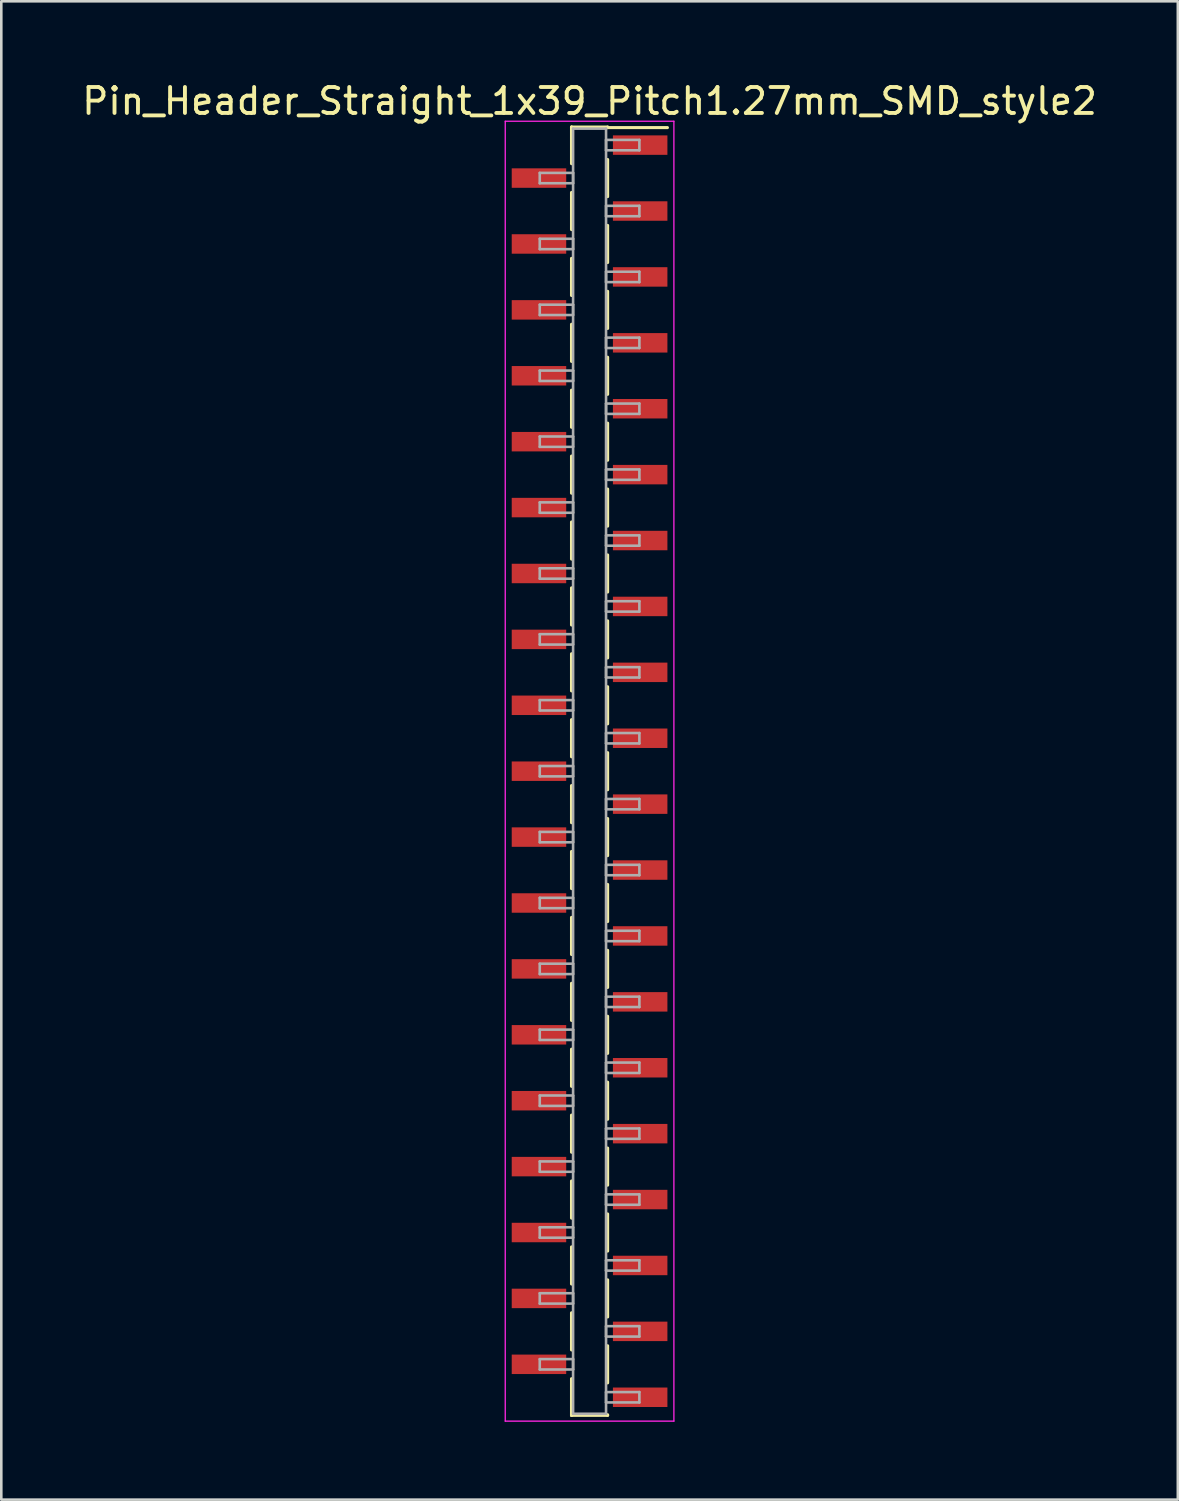
<source format=kicad_pcb>
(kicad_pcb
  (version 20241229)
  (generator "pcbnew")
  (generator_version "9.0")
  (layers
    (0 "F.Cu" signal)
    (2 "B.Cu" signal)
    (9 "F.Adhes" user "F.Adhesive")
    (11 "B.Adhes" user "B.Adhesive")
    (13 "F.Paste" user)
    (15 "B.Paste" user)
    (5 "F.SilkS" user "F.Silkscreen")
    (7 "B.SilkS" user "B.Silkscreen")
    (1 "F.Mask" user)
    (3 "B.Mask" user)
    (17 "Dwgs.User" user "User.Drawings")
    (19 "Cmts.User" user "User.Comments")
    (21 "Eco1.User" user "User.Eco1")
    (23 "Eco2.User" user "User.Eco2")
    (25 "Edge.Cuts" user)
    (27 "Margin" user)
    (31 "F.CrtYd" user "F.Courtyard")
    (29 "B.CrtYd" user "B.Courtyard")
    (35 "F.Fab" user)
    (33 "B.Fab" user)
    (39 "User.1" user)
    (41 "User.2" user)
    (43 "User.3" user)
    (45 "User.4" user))
  (footprint "Pin_Header_Straight_1x39_Pitch1.27mm_SMD_style2"
    (layer "F.Cu")
    (at 19.673 26.673)
    (property "Reference" "Pin_Header_Straight_1x39_Pitch1.27mm_SMD_style2" (at 0 -25.825 0) (layer "F.SilkS") (effects (font (size 1 1) (thickness 0.15))))
    (attr smd)
    (fp_line (start -0.695 -24.825) (end -0.695 -23.415) (stroke (width 0.12) (type solid)) (layer "F.SilkS"))
    (fp_line (start -0.695 -24.825) (end 0.695 -24.825) (stroke (width 0.12) (type solid)) (layer "F.SilkS"))
    (fp_line (start -0.695 -24.805) (end -0.695 -24.825) (stroke (width 0.12) (type solid)) (layer "F.SilkS"))
    (fp_line (start -0.695 -22.305) (end -0.695 -20.875) (stroke (width 0.12) (type solid)) (layer "F.SilkS"))
    (fp_line (start -0.695 -19.765) (end -0.695 -18.335) (stroke (width 0.12) (type solid)) (layer "F.SilkS"))
    (fp_line (start -0.695 -17.225) (end -0.695 -15.795) (stroke (width 0.12) (type solid)) (layer "F.SilkS"))
    (fp_line (start -0.695 -14.685) (end -0.695 -13.255) (stroke (width 0.12) (type solid)) (layer "F.SilkS"))
    (fp_line (start -0.695 -12.145) (end -0.695 -10.715) (stroke (width 0.12) (type solid)) (layer "F.SilkS"))
    (fp_line (start -0.695 -9.605) (end -0.695 -8.175) (stroke (width 0.12) (type solid)) (layer "F.SilkS"))
    (fp_line (start -0.695 -7.065) (end -0.695 -5.635) (stroke (width 0.12) (type solid)) (layer "F.SilkS"))
    (fp_line (start -0.695 -4.525) (end -0.695 -3.095) (stroke (width 0.12) (type solid)) (layer "F.SilkS"))
    (fp_line (start -0.695 -1.985) (end -0.695 -0.555) (stroke (width 0.12) (type solid)) (layer "F.SilkS"))
    (fp_line (start -0.695 0.555) (end -0.695 1.985) (stroke (width 0.12) (type solid)) (layer "F.SilkS"))
    (fp_line (start -0.695 3.095) (end -0.695 4.525) (stroke (width 0.12) (type solid)) (layer "F.SilkS"))
    (fp_line (start -0.695 5.635) (end -0.695 7.065) (stroke (width 0.12) (type solid)) (layer "F.SilkS"))
    (fp_line (start -0.695 8.175) (end -0.695 9.605) (stroke (width 0.12) (type solid)) (layer "F.SilkS"))
    (fp_line (start -0.695 10.715) (end -0.695 12.145) (stroke (width 0.12) (type solid)) (layer "F.SilkS"))
    (fp_line (start -0.695 13.255) (end -0.695 14.685) (stroke (width 0.12) (type solid)) (layer "F.SilkS"))
    (fp_line (start -0.695 15.795) (end -0.695 17.225) (stroke (width 0.12) (type solid)) (layer "F.SilkS"))
    (fp_line (start -0.695 18.335) (end -0.695 19.765) (stroke (width 0.12) (type solid)) (layer "F.SilkS"))
    (fp_line (start -0.695 20.875) (end -0.695 22.305) (stroke (width 0.12) (type solid)) (layer "F.SilkS"))
    (fp_line (start -0.695 23.415) (end -0.695 24.825) (stroke (width 0.12) (type solid)) (layer "F.SilkS"))
    (fp_line (start -0.695 24.805) (end -0.695 24.825) (stroke (width 0.12) (type solid)) (layer "F.SilkS"))
    (fp_line (start -0.695 24.825) (end 0.695 24.825) (stroke (width 0.12) (type solid)) (layer "F.SilkS"))
    (fp_line (start 0.695 -24.825) (end 0.695 -24.805) (stroke (width 0.12) (type solid)) (layer "F.SilkS"))
    (fp_line (start 0.695 -24.805) (end 3 -24.805) (stroke (width 0.12) (type solid)) (layer "F.SilkS"))
    (fp_line (start 0.695 -23.575) (end 0.695 -22.145) (stroke (width 0.12) (type solid)) (layer "F.SilkS"))
    (fp_line (start 0.695 -21.035) (end 0.695 -19.605) (stroke (width 0.12) (type solid)) (layer "F.SilkS"))
    (fp_line (start 0.695 -18.495) (end 0.695 -17.065) (stroke (width 0.12) (type solid)) (layer "F.SilkS"))
    (fp_line (start 0.695 -15.955) (end 0.695 -14.525) (stroke (width 0.12) (type solid)) (layer "F.SilkS"))
    (fp_line (start 0.695 -13.415) (end 0.695 -11.985) (stroke (width 0.12) (type solid)) (layer "F.SilkS"))
    (fp_line (start 0.695 -10.875) (end 0.695 -9.445) (stroke (width 0.12) (type solid)) (layer "F.SilkS"))
    (fp_line (start 0.695 -8.335) (end 0.695 -6.905) (stroke (width 0.12) (type solid)) (layer "F.SilkS"))
    (fp_line (start 0.695 -5.795) (end 0.695 -4.365) (stroke (width 0.12) (type solid)) (layer "F.SilkS"))
    (fp_line (start 0.695 -3.255) (end 0.695 -1.825) (stroke (width 0.12) (type solid)) (layer "F.SilkS"))
    (fp_line (start 0.695 -0.715) (end 0.695 0.715) (stroke (width 0.12) (type solid)) (layer "F.SilkS"))
    (fp_line (start 0.695 1.825) (end 0.695 3.255) (stroke (width 0.12) (type solid)) (layer "F.SilkS"))
    (fp_line (start 0.695 4.365) (end 0.695 5.795) (stroke (width 0.12) (type solid)) (layer "F.SilkS"))
    (fp_line (start 0.695 6.905) (end 0.695 8.335) (stroke (width 0.12) (type solid)) (layer "F.SilkS"))
    (fp_line (start 0.695 9.445) (end 0.695 10.875) (stroke (width 0.12) (type solid)) (layer "F.SilkS"))
    (fp_line (start 0.695 11.985) (end 0.695 13.415) (stroke (width 0.12) (type solid)) (layer "F.SilkS"))
    (fp_line (start 0.695 14.525) (end 0.695 15.955) (stroke (width 0.12) (type solid)) (layer "F.SilkS"))
    (fp_line (start 0.695 17.065) (end 0.695 18.495) (stroke (width 0.12) (type solid)) (layer "F.SilkS"))
    (fp_line (start 0.695 19.605) (end 0.695 21.035) (stroke (width 0.12) (type solid)) (layer "F.SilkS"))
    (fp_line (start 0.695 22.145) (end 0.695 23.575) (stroke (width 0.12) (type solid)) (layer "F.SilkS"))
    (fp_line (start 0.695 24.825) (end 0.695 24.805) (stroke (width 0.12) (type solid)) (layer "F.SilkS"))
    (fp_line (start -3.25 -25.05) (end -3.25 25.05) (stroke (width 0.05) (type solid)) (layer "F.CrtYd"))
    (fp_line (start -3.25 25.05) (end 3.25 25.05) (stroke (width 0.05) (type solid)) (layer "F.CrtYd"))
    (fp_line (start 3.25 -25.05) (end -3.25 -25.05) (stroke (width 0.05) (type solid)) (layer "F.CrtYd"))
    (fp_line (start 3.25 25.05) (end 3.25 -25.05) (stroke (width 0.05) (type solid)) (layer "F.CrtYd"))
    (fp_line (start -1.92 -23.06) (end -0.635 -23.06) (stroke (width 0.1) (type solid)) (layer "F.Fab"))
    (fp_line (start -1.92 -22.66) (end -1.92 -23.06) (stroke (width 0.1) (type solid)) (layer "F.Fab"))
    (fp_line (start -1.92 -20.52) (end -0.635 -20.52) (stroke (width 0.1) (type solid)) (layer "F.Fab"))
    (fp_line (start -1.92 -20.12) (end -1.92 -20.52) (stroke (width 0.1) (type solid)) (layer "F.Fab"))
    (fp_line (start -1.92 -17.98) (end -0.635 -17.98) (stroke (width 0.1) (type solid)) (layer "F.Fab"))
    (fp_line (start -1.92 -17.58) (end -1.92 -17.98) (stroke (width 0.1) (type solid)) (layer "F.Fab"))
    (fp_line (start -1.92 -15.44) (end -0.635 -15.44) (stroke (width 0.1) (type solid)) (layer "F.Fab"))
    (fp_line (start -1.92 -15.04) (end -1.92 -15.44) (stroke (width 0.1) (type solid)) (layer "F.Fab"))
    (fp_line (start -1.92 -12.9) (end -0.635 -12.9) (stroke (width 0.1) (type solid)) (layer "F.Fab"))
    (fp_line (start -1.92 -12.5) (end -1.92 -12.9) (stroke (width 0.1) (type solid)) (layer "F.Fab"))
    (fp_line (start -1.92 -10.36) (end -0.635 -10.36) (stroke (width 0.1) (type solid)) (layer "F.Fab"))
    (fp_line (start -1.92 -9.96) (end -1.92 -10.36) (stroke (width 0.1) (type solid)) (layer "F.Fab"))
    (fp_line (start -1.92 -7.82) (end -0.635 -7.82) (stroke (width 0.1) (type solid)) (layer "F.Fab"))
    (fp_line (start -1.92 -7.42) (end -1.92 -7.82) (stroke (width 0.1) (type solid)) (layer "F.Fab"))
    (fp_line (start -1.92 -5.28) (end -0.635 -5.28) (stroke (width 0.1) (type solid)) (layer "F.Fab"))
    (fp_line (start -1.92 -4.88) (end -1.92 -5.28) (stroke (width 0.1) (type solid)) (layer "F.Fab"))
    (fp_line (start -1.92 -2.74) (end -0.635 -2.74) (stroke (width 0.1) (type solid)) (layer "F.Fab"))
    (fp_line (start -1.92 -2.34) (end -1.92 -2.74) (stroke (width 0.1) (type solid)) (layer "F.Fab"))
    (fp_line (start -1.92 -0.2) (end -0.635 -0.2) (stroke (width 0.1) (type solid)) (layer "F.Fab"))
    (fp_line (start -1.92 0.2) (end -1.92 -0.2) (stroke (width 0.1) (type solid)) (layer "F.Fab"))
    (fp_line (start -1.92 2.34) (end -0.635 2.34) (stroke (width 0.1) (type solid)) (layer "F.Fab"))
    (fp_line (start -1.92 2.74) (end -1.92 2.34) (stroke (width 0.1) (type solid)) (layer "F.Fab"))
    (fp_line (start -1.92 4.88) (end -0.635 4.88) (stroke (width 0.1) (type solid)) (layer "F.Fab"))
    (fp_line (start -1.92 5.28) (end -1.92 4.88) (stroke (width 0.1) (type solid)) (layer "F.Fab"))
    (fp_line (start -1.92 7.42) (end -0.635 7.42) (stroke (width 0.1) (type solid)) (layer "F.Fab"))
    (fp_line (start -1.92 7.82) (end -1.92 7.42) (stroke (width 0.1) (type solid)) (layer "F.Fab"))
    (fp_line (start -1.92 9.96) (end -0.635 9.96) (stroke (width 0.1) (type solid)) (layer "F.Fab"))
    (fp_line (start -1.92 10.36) (end -1.92 9.96) (stroke (width 0.1) (type solid)) (layer "F.Fab"))
    (fp_line (start -1.92 12.5) (end -0.635 12.5) (stroke (width 0.1) (type solid)) (layer "F.Fab"))
    (fp_line (start -1.92 12.9) (end -1.92 12.5) (stroke (width 0.1) (type solid)) (layer "F.Fab"))
    (fp_line (start -1.92 15.04) (end -0.635 15.04) (stroke (width 0.1) (type solid)) (layer "F.Fab"))
    (fp_line (start -1.92 15.44) (end -1.92 15.04) (stroke (width 0.1) (type solid)) (layer "F.Fab"))
    (fp_line (start -1.92 17.58) (end -0.635 17.58) (stroke (width 0.1) (type solid)) (layer "F.Fab"))
    (fp_line (start -1.92 17.98) (end -1.92 17.58) (stroke (width 0.1) (type solid)) (layer "F.Fab"))
    (fp_line (start -1.92 20.12) (end -0.635 20.12) (stroke (width 0.1) (type solid)) (layer "F.Fab"))
    (fp_line (start -1.92 20.52) (end -1.92 20.12) (stroke (width 0.1) (type solid)) (layer "F.Fab"))
    (fp_line (start -1.92 22.66) (end -0.635 22.66) (stroke (width 0.1) (type solid)) (layer "F.Fab"))
    (fp_line (start -1.92 23.06) (end -1.92 22.66) (stroke (width 0.1) (type solid)) (layer "F.Fab"))
    (fp_line (start -0.635 -24.765) (end -0.635 24.765) (stroke (width 0.1) (type solid)) (layer "F.Fab"))
    (fp_line (start -0.635 -23.06) (end -0.635 -22.66) (stroke (width 0.1) (type solid)) (layer "F.Fab"))
    (fp_line (start -0.635 -22.66) (end -1.92 -22.66) (stroke (width 0.1) (type solid)) (layer "F.Fab"))
    (fp_line (start -0.635 -20.52) (end -0.635 -20.12) (stroke (width 0.1) (type solid)) (layer "F.Fab"))
    (fp_line (start -0.635 -20.12) (end -1.92 -20.12) (stroke (width 0.1) (type solid)) (layer "F.Fab"))
    (fp_line (start -0.635 -17.98) (end -0.635 -17.58) (stroke (width 0.1) (type solid)) (layer "F.Fab"))
    (fp_line (start -0.635 -17.58) (end -1.92 -17.58) (stroke (width 0.1) (type solid)) (layer "F.Fab"))
    (fp_line (start -0.635 -15.44) (end -0.635 -15.04) (stroke (width 0.1) (type solid)) (layer "F.Fab"))
    (fp_line (start -0.635 -15.04) (end -1.92 -15.04) (stroke (width 0.1) (type solid)) (layer "F.Fab"))
    (fp_line (start -0.635 -12.9) (end -0.635 -12.5) (stroke (width 0.1) (type solid)) (layer "F.Fab"))
    (fp_line (start -0.635 -12.5) (end -1.92 -12.5) (stroke (width 0.1) (type solid)) (layer "F.Fab"))
    (fp_line (start -0.635 -10.36) (end -0.635 -9.96) (stroke (width 0.1) (type solid)) (layer "F.Fab"))
    (fp_line (start -0.635 -9.96) (end -1.92 -9.96) (stroke (width 0.1) (type solid)) (layer "F.Fab"))
    (fp_line (start -0.635 -7.82) (end -0.635 -7.42) (stroke (width 0.1) (type solid)) (layer "F.Fab"))
    (fp_line (start -0.635 -7.42) (end -1.92 -7.42) (stroke (width 0.1) (type solid)) (layer "F.Fab"))
    (fp_line (start -0.635 -5.28) (end -0.635 -4.88) (stroke (width 0.1) (type solid)) (layer "F.Fab"))
    (fp_line (start -0.635 -4.88) (end -1.92 -4.88) (stroke (width 0.1) (type solid)) (layer "F.Fab"))
    (fp_line (start -0.635 -2.74) (end -0.635 -2.34) (stroke (width 0.1) (type solid)) (layer "F.Fab"))
    (fp_line (start -0.635 -2.34) (end -1.92 -2.34) (stroke (width 0.1) (type solid)) (layer "F.Fab"))
    (fp_line (start -0.635 -0.2) (end -0.635 0.2) (stroke (width 0.1) (type solid)) (layer "F.Fab"))
    (fp_line (start -0.635 0.2) (end -1.92 0.2) (stroke (width 0.1) (type solid)) (layer "F.Fab"))
    (fp_line (start -0.635 2.34) (end -0.635 2.74) (stroke (width 0.1) (type solid)) (layer "F.Fab"))
    (fp_line (start -0.635 2.74) (end -1.92 2.74) (stroke (width 0.1) (type solid)) (layer "F.Fab"))
    (fp_line (start -0.635 4.88) (end -0.635 5.28) (stroke (width 0.1) (type solid)) (layer "F.Fab"))
    (fp_line (start -0.635 5.28) (end -1.92 5.28) (stroke (width 0.1) (type solid)) (layer "F.Fab"))
    (fp_line (start -0.635 7.42) (end -0.635 7.82) (stroke (width 0.1) (type solid)) (layer "F.Fab"))
    (fp_line (start -0.635 7.82) (end -1.92 7.82) (stroke (width 0.1) (type solid)) (layer "F.Fab"))
    (fp_line (start -0.635 9.96) (end -0.635 10.36) (stroke (width 0.1) (type solid)) (layer "F.Fab"))
    (fp_line (start -0.635 10.36) (end -1.92 10.36) (stroke (width 0.1) (type solid)) (layer "F.Fab"))
    (fp_line (start -0.635 12.5) (end -0.635 12.9) (stroke (width 0.1) (type solid)) (layer "F.Fab"))
    (fp_line (start -0.635 12.9) (end -1.92 12.9) (stroke (width 0.1) (type solid)) (layer "F.Fab"))
    (fp_line (start -0.635 15.04) (end -0.635 15.44) (stroke (width 0.1) (type solid)) (layer "F.Fab"))
    (fp_line (start -0.635 15.44) (end -1.92 15.44) (stroke (width 0.1) (type solid)) (layer "F.Fab"))
    (fp_line (start -0.635 17.58) (end -0.635 17.98) (stroke (width 0.1) (type solid)) (layer "F.Fab"))
    (fp_line (start -0.635 17.98) (end -1.92 17.98) (stroke (width 0.1) (type solid)) (layer "F.Fab"))
    (fp_line (start -0.635 20.12) (end -0.635 20.52) (stroke (width 0.1) (type solid)) (layer "F.Fab"))
    (fp_line (start -0.635 20.52) (end -1.92 20.52) (stroke (width 0.1) (type solid)) (layer "F.Fab"))
    (fp_line (start -0.635 22.66) (end -0.635 23.06) (stroke (width 0.1) (type solid)) (layer "F.Fab"))
    (fp_line (start -0.635 23.06) (end -1.92 23.06) (stroke (width 0.1) (type solid)) (layer "F.Fab"))
    (fp_line (start -0.635 24.765) (end 0.635 24.765) (stroke (width 0.1) (type solid)) (layer "F.Fab"))
    (fp_line (start 0.635 -24.765) (end -0.635 -24.765) (stroke (width 0.1) (type solid)) (layer "F.Fab"))
    (fp_line (start 0.635 -24.33) (end 0.635 -23.93) (stroke (width 0.1) (type solid)) (layer "F.Fab"))
    (fp_line (start 0.635 -23.93) (end 1.92 -23.93) (stroke (width 0.1) (type solid)) (layer "F.Fab"))
    (fp_line (start 0.635 -21.79) (end 0.635 -21.39) (stroke (width 0.1) (type solid)) (layer "F.Fab"))
    (fp_line (start 0.635 -21.39) (end 1.92 -21.39) (stroke (width 0.1) (type solid)) (layer "F.Fab"))
    (fp_line (start 0.635 -19.25) (end 0.635 -18.85) (stroke (width 0.1) (type solid)) (layer "F.Fab"))
    (fp_line (start 0.635 -18.85) (end 1.92 -18.85) (stroke (width 0.1) (type solid)) (layer "F.Fab"))
    (fp_line (start 0.635 -16.71) (end 0.635 -16.31) (stroke (width 0.1) (type solid)) (layer "F.Fab"))
    (fp_line (start 0.635 -16.31) (end 1.92 -16.31) (stroke (width 0.1) (type solid)) (layer "F.Fab"))
    (fp_line (start 0.635 -14.17) (end 0.635 -13.77) (stroke (width 0.1) (type solid)) (layer "F.Fab"))
    (fp_line (start 0.635 -13.77) (end 1.92 -13.77) (stroke (width 0.1) (type solid)) (layer "F.Fab"))
    (fp_line (start 0.635 -11.63) (end 0.635 -11.23) (stroke (width 0.1) (type solid)) (layer "F.Fab"))
    (fp_line (start 0.635 -11.23) (end 1.92 -11.23) (stroke (width 0.1) (type solid)) (layer "F.Fab"))
    (fp_line (start 0.635 -9.09) (end 0.635 -8.69) (stroke (width 0.1) (type solid)) (layer "F.Fab"))
    (fp_line (start 0.635 -8.69) (end 1.92 -8.69) (stroke (width 0.1) (type solid)) (layer "F.Fab"))
    (fp_line (start 0.635 -6.55) (end 0.635 -6.15) (stroke (width 0.1) (type solid)) (layer "F.Fab"))
    (fp_line (start 0.635 -6.15) (end 1.92 -6.15) (stroke (width 0.1) (type solid)) (layer "F.Fab"))
    (fp_line (start 0.635 -4.01) (end 0.635 -3.61) (stroke (width 0.1) (type solid)) (layer "F.Fab"))
    (fp_line (start 0.635 -3.61) (end 1.92 -3.61) (stroke (width 0.1) (type solid)) (layer "F.Fab"))
    (fp_line (start 0.635 -1.47) (end 0.635 -1.07) (stroke (width 0.1) (type solid)) (layer "F.Fab"))
    (fp_line (start 0.635 -1.07) (end 1.92 -1.07) (stroke (width 0.1) (type solid)) (layer "F.Fab"))
    (fp_line (start 0.635 1.07) (end 0.635 1.47) (stroke (width 0.1) (type solid)) (layer "F.Fab"))
    (fp_line (start 0.635 1.47) (end 1.92 1.47) (stroke (width 0.1) (type solid)) (layer "F.Fab"))
    (fp_line (start 0.635 3.61) (end 0.635 4.01) (stroke (width 0.1) (type solid)) (layer "F.Fab"))
    (fp_line (start 0.635 4.01) (end 1.92 4.01) (stroke (width 0.1) (type solid)) (layer "F.Fab"))
    (fp_line (start 0.635 6.15) (end 0.635 6.55) (stroke (width 0.1) (type solid)) (layer "F.Fab"))
    (fp_line (start 0.635 6.55) (end 1.92 6.55) (stroke (width 0.1) (type solid)) (layer "F.Fab"))
    (fp_line (start 0.635 8.69) (end 0.635 9.09) (stroke (width 0.1) (type solid)) (layer "F.Fab"))
    (fp_line (start 0.635 9.09) (end 1.92 9.09) (stroke (width 0.1) (type solid)) (layer "F.Fab"))
    (fp_line (start 0.635 11.23) (end 0.635 11.63) (stroke (width 0.1) (type solid)) (layer "F.Fab"))
    (fp_line (start 0.635 11.63) (end 1.92 11.63) (stroke (width 0.1) (type solid)) (layer "F.Fab"))
    (fp_line (start 0.635 13.77) (end 0.635 14.17) (stroke (width 0.1) (type solid)) (layer "F.Fab"))
    (fp_line (start 0.635 14.17) (end 1.92 14.17) (stroke (width 0.1) (type solid)) (layer "F.Fab"))
    (fp_line (start 0.635 16.31) (end 0.635 16.71) (stroke (width 0.1) (type solid)) (layer "F.Fab"))
    (fp_line (start 0.635 16.71) (end 1.92 16.71) (stroke (width 0.1) (type solid)) (layer "F.Fab"))
    (fp_line (start 0.635 18.85) (end 0.635 19.25) (stroke (width 0.1) (type solid)) (layer "F.Fab"))
    (fp_line (start 0.635 19.25) (end 1.92 19.25) (stroke (width 0.1) (type solid)) (layer "F.Fab"))
    (fp_line (start 0.635 21.39) (end 0.635 21.79) (stroke (width 0.1) (type solid)) (layer "F.Fab"))
    (fp_line (start 0.635 21.79) (end 1.92 21.79) (stroke (width 0.1) (type solid)) (layer "F.Fab"))
    (fp_line (start 0.635 23.93) (end 0.635 24.33) (stroke (width 0.1) (type solid)) (layer "F.Fab"))
    (fp_line (start 0.635 24.33) (end 1.92 24.33) (stroke (width 0.1) (type solid)) (layer "F.Fab"))
    (fp_line (start 0.635 24.765) (end 0.635 -24.765) (stroke (width 0.1) (type solid)) (layer "F.Fab"))
    (fp_line (start 1.92 -24.33) (end 0.635 -24.33) (stroke (width 0.1) (type solid)) (layer "F.Fab"))
    (fp_line (start 1.92 -23.93) (end 1.92 -24.33) (stroke (width 0.1) (type solid)) (layer "F.Fab"))
    (fp_line (start 1.92 -21.79) (end 0.635 -21.79) (stroke (width 0.1) (type solid)) (layer "F.Fab"))
    (fp_line (start 1.92 -21.39) (end 1.92 -21.79) (stroke (width 0.1) (type solid)) (layer "F.Fab"))
    (fp_line (start 1.92 -19.25) (end 0.635 -19.25) (stroke (width 0.1) (type solid)) (layer "F.Fab"))
    (fp_line (start 1.92 -18.85) (end 1.92 -19.25) (stroke (width 0.1) (type solid)) (layer "F.Fab"))
    (fp_line (start 1.92 -16.71) (end 0.635 -16.71) (stroke (width 0.1) (type solid)) (layer "F.Fab"))
    (fp_line (start 1.92 -16.31) (end 1.92 -16.71) (stroke (width 0.1) (type solid)) (layer "F.Fab"))
    (fp_line (start 1.92 -14.17) (end 0.635 -14.17) (stroke (width 0.1) (type solid)) (layer "F.Fab"))
    (fp_line (start 1.92 -13.77) (end 1.92 -14.17) (stroke (width 0.1) (type solid)) (layer "F.Fab"))
    (fp_line (start 1.92 -11.63) (end 0.635 -11.63) (stroke (width 0.1) (type solid)) (layer "F.Fab"))
    (fp_line (start 1.92 -11.23) (end 1.92 -11.63) (stroke (width 0.1) (type solid)) (layer "F.Fab"))
    (fp_line (start 1.92 -9.09) (end 0.635 -9.09) (stroke (width 0.1) (type solid)) (layer "F.Fab"))
    (fp_line (start 1.92 -8.69) (end 1.92 -9.09) (stroke (width 0.1) (type solid)) (layer "F.Fab"))
    (fp_line (start 1.92 -6.55) (end 0.635 -6.55) (stroke (width 0.1) (type solid)) (layer "F.Fab"))
    (fp_line (start 1.92 -6.15) (end 1.92 -6.55) (stroke (width 0.1) (type solid)) (layer "F.Fab"))
    (fp_line (start 1.92 -4.01) (end 0.635 -4.01) (stroke (width 0.1) (type solid)) (layer "F.Fab"))
    (fp_line (start 1.92 -3.61) (end 1.92 -4.01) (stroke (width 0.1) (type solid)) (layer "F.Fab"))
    (fp_line (start 1.92 -1.47) (end 0.635 -1.47) (stroke (width 0.1) (type solid)) (layer "F.Fab"))
    (fp_line (start 1.92 -1.07) (end 1.92 -1.47) (stroke (width 0.1) (type solid)) (layer "F.Fab"))
    (fp_line (start 1.92 1.07) (end 0.635 1.07) (stroke (width 0.1) (type solid)) (layer "F.Fab"))
    (fp_line (start 1.92 1.47) (end 1.92 1.07) (stroke (width 0.1) (type solid)) (layer "F.Fab"))
    (fp_line (start 1.92 3.61) (end 0.635 3.61) (stroke (width 0.1) (type solid)) (layer "F.Fab"))
    (fp_line (start 1.92 4.01) (end 1.92 3.61) (stroke (width 0.1) (type solid)) (layer "F.Fab"))
    (fp_line (start 1.92 6.15) (end 0.635 6.15) (stroke (width 0.1) (type solid)) (layer "F.Fab"))
    (fp_line (start 1.92 6.55) (end 1.92 6.15) (stroke (width 0.1) (type solid)) (layer "F.Fab"))
    (fp_line (start 1.92 8.69) (end 0.635 8.69) (stroke (width 0.1) (type solid)) (layer "F.Fab"))
    (fp_line (start 1.92 9.09) (end 1.92 8.69) (stroke (width 0.1) (type solid)) (layer "F.Fab"))
    (fp_line (start 1.92 11.23) (end 0.635 11.23) (stroke (width 0.1) (type solid)) (layer "F.Fab"))
    (fp_line (start 1.92 11.63) (end 1.92 11.23) (stroke (width 0.1) (type solid)) (layer "F.Fab"))
    (fp_line (start 1.92 13.77) (end 0.635 13.77) (stroke (width 0.1) (type solid)) (layer "F.Fab"))
    (fp_line (start 1.92 14.17) (end 1.92 13.77) (stroke (width 0.1) (type solid)) (layer "F.Fab"))
    (fp_line (start 1.92 16.31) (end 0.635 16.31) (stroke (width 0.1) (type solid)) (layer "F.Fab"))
    (fp_line (start 1.92 16.71) (end 1.92 16.31) (stroke (width 0.1) (type solid)) (layer "F.Fab"))
    (fp_line (start 1.92 18.85) (end 0.635 18.85) (stroke (width 0.1) (type solid)) (layer "F.Fab"))
    (fp_line (start 1.92 19.25) (end 1.92 18.85) (stroke (width 0.1) (type solid)) (layer "F.Fab"))
    (fp_line (start 1.92 21.39) (end 0.635 21.39) (stroke (width 0.1) (type solid)) (layer "F.Fab"))
    (fp_line (start 1.92 21.79) (end 1.92 21.39) (stroke (width 0.1) (type solid)) (layer "F.Fab"))
    (fp_line (start 1.92 23.93) (end 0.635 23.93) (stroke (width 0.1) (type solid)) (layer "F.Fab"))
    (fp_line (start 1.92 24.33) (end 1.92 23.93) (stroke (width 0.1) (type solid)) (layer "F.Fab"))
    (pad "1" smd rect (at 1.95 -24.13) (size 2.1 0.75) (layers "F.Cu" "F.Mask"))
    (pad "2" smd rect (at -1.95 -22.86) (size 2.1 0.75) (layers "F.Cu" "F.Mask"))
    (pad "3" smd rect (at 1.95 -21.59) (size 2.1 0.75) (layers "F.Cu" "F.Mask"))
    (pad "4" smd rect (at -1.95 -20.32) (size 2.1 0.75) (layers "F.Cu" "F.Mask"))
    (pad "5" smd rect (at 1.95 -19.05) (size 2.1 0.75) (layers "F.Cu" "F.Mask"))
    (pad "6" smd rect (at -1.95 -17.78) (size 2.1 0.75) (layers "F.Cu" "F.Mask"))
    (pad "7" smd rect (at 1.95 -16.51) (size 2.1 0.75) (layers "F.Cu" "F.Mask"))
    (pad "8" smd rect (at -1.95 -15.24) (size 2.1 0.75) (layers "F.Cu" "F.Mask"))
    (pad "9" smd rect (at 1.95 -13.97) (size 2.1 0.75) (layers "F.Cu" "F.Mask"))
    (pad "10" smd rect (at -1.95 -12.7) (size 2.1 0.75) (layers "F.Cu" "F.Mask"))
    (pad "11" smd rect (at 1.95 -11.43) (size 2.1 0.75) (layers "F.Cu" "F.Mask"))
    (pad "12" smd rect (at -1.95 -10.16) (size 2.1 0.75) (layers "F.Cu" "F.Mask"))
    (pad "13" smd rect (at 1.95 -8.89) (size 2.1 0.75) (layers "F.Cu" "F.Mask"))
    (pad "14" smd rect (at -1.95 -7.62) (size 2.1 0.75) (layers "F.Cu" "F.Mask"))
    (pad "15" smd rect (at 1.95 -6.35) (size 2.1 0.75) (layers "F.Cu" "F.Mask"))
    (pad "16" smd rect (at -1.95 -5.08) (size 2.1 0.75) (layers "F.Cu" "F.Mask"))
    (pad "17" smd rect (at 1.95 -3.81) (size 2.1 0.75) (layers "F.Cu" "F.Mask"))
    (pad "18" smd rect (at -1.95 -2.54) (size 2.1 0.75) (layers "F.Cu" "F.Mask"))
    (pad "19" smd rect (at 1.95 -1.27) (size 2.1 0.75) (layers "F.Cu" "F.Mask"))
    (pad "20" smd rect (at -1.95 0) (size 2.1 0.75) (layers "F.Cu" "F.Mask"))
    (pad "21" smd rect (at 1.95 1.27) (size 2.1 0.75) (layers "F.Cu" "F.Mask"))
    (pad "22" smd rect (at -1.95 2.54) (size 2.1 0.75) (layers "F.Cu" "F.Mask"))
    (pad "23" smd rect (at 1.95 3.81) (size 2.1 0.75) (layers "F.Cu" "F.Mask"))
    (pad "24" smd rect (at -1.95 5.08) (size 2.1 0.75) (layers "F.Cu" "F.Mask"))
    (pad "25" smd rect (at 1.95 6.35) (size 2.1 0.75) (layers "F.Cu" "F.Mask"))
    (pad "26" smd rect (at -1.95 7.62) (size 2.1 0.75) (layers "F.Cu" "F.Mask"))
    (pad "27" smd rect (at 1.95 8.89) (size 2.1 0.75) (layers "F.Cu" "F.Mask"))
    (pad "28" smd rect (at -1.95 10.16) (size 2.1 0.75) (layers "F.Cu" "F.Mask"))
    (pad "29" smd rect (at 1.95 11.43) (size 2.1 0.75) (layers "F.Cu" "F.Mask"))
    (pad "30" smd rect (at -1.95 12.7) (size 2.1 0.75) (layers "F.Cu" "F.Mask"))
    (pad "31" smd rect (at 1.95 13.97) (size 2.1 0.75) (layers "F.Cu" "F.Mask"))
    (pad "32" smd rect (at -1.95 15.24) (size 2.1 0.75) (layers "F.Cu" "F.Mask"))
    (pad "33" smd rect (at 1.95 16.51) (size 2.1 0.75) (layers "F.Cu" "F.Mask"))
    (pad "34" smd rect (at -1.95 17.78) (size 2.1 0.75) (layers "F.Cu" "F.Mask"))
    (pad "35" smd rect (at 1.95 19.05) (size 2.1 0.75) (layers "F.Cu" "F.Mask"))
    (pad "36" smd rect (at -1.95 20.32) (size 2.1 0.75) (layers "F.Cu" "F.Mask"))
    (pad "37" smd rect (at 1.95 21.59) (size 2.1 0.75) (layers "F.Cu" "F.Mask"))
    (pad "38" smd rect (at -1.95 22.86) (size 2.1 0.75) (layers "F.Cu" "F.Mask"))
    (pad "39" smd rect (at 1.95 24.13) (size 2.1 0.75) (layers "F.Cu" "F.Mask")))
  (gr_rect
    (start -3 -3)
    (end 42.345 54.748)
    (stroke (width 0.1) (type default))
    (fill no)
    (layer "Edge.Cuts")))
</source>
